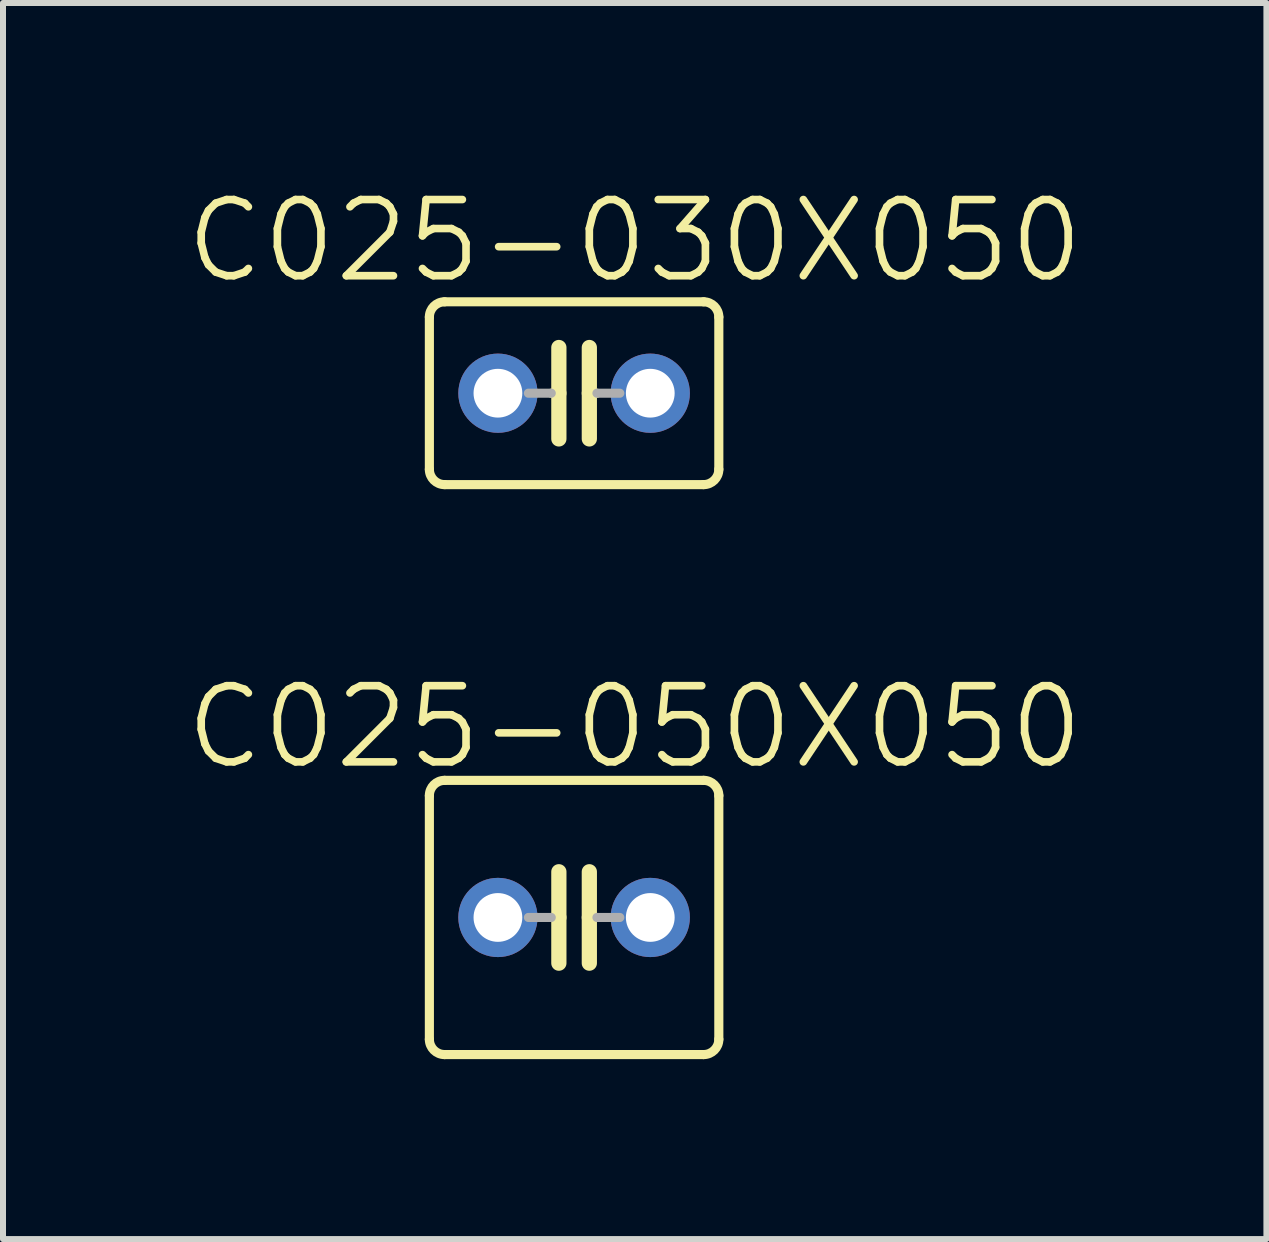
<source format=kicad_pcb>
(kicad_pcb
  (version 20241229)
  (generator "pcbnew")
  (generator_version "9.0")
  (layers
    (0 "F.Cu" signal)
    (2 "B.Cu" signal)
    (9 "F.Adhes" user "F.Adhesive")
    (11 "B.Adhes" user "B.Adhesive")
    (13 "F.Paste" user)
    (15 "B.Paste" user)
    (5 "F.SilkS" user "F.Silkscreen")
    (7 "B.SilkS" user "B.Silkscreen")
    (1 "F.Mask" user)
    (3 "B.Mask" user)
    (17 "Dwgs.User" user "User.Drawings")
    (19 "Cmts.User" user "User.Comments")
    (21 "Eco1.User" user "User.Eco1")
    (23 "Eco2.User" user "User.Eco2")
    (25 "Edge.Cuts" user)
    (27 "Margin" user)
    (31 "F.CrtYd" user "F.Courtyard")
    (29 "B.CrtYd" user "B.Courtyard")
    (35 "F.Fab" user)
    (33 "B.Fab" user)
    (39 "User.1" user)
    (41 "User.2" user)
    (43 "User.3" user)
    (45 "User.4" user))
  (footprint "C025-030X050"
    (layer "F.Cu")
    (at 6.522 3.506)
    (property "Reference" "C025-030X050" (at 1.01 -2.54 0) (layer "F.SilkS") (effects (font (size 1.27 1.27) (thickness 0.127))))
    (attr through_hole)
    (fp_line (start -2.413 -1.27) (end -2.413 1.27) (stroke (width 0.152) (type solid)) (layer "F.SilkS"))
    (fp_line (start -2.159 -1.524) (end 2.159 -1.524) (stroke (width 0.152) (type solid)) (layer "F.SilkS"))
    (fp_line (start -0.254 -0.762) (end -0.254 0) (stroke (width 0.254) (type solid)) (layer "F.SilkS"))
    (fp_line (start -0.254 0) (end -0.381 0) (stroke (width 0.152) (type solid)) (layer "F.SilkS"))
    (fp_line (start -0.254 0) (end -0.254 0.762) (stroke (width 0.254) (type solid)) (layer "F.SilkS"))
    (fp_line (start 0.254 0) (end 0.254 -0.762) (stroke (width 0.254) (type solid)) (layer "F.SilkS"))
    (fp_line (start 0.254 0) (end 0.254 0.762) (stroke (width 0.254) (type solid)) (layer "F.SilkS"))
    (fp_line (start 0.381 0) (end 0.254 0) (stroke (width 0.152) (type solid)) (layer "F.SilkS"))
    (fp_line (start 2.159 1.524) (end -2.159 1.524) (stroke (width 0.152) (type solid)) (layer "F.SilkS"))
    (fp_line (start 2.413 -1.27) (end 2.413 1.27) (stroke (width 0.152) (type solid)) (layer "F.SilkS"))
    (fp_arc (start -2.413 -1.27) (mid -2.338605 -1.449605) (end -2.159 -1.524) (stroke (width 0.1524) (type solid)) (layer "F.SilkS"))
    (fp_arc (start -2.159 1.524) (mid -2.338605 1.449605) (end -2.413 1.27) (stroke (width 0.1524) (type solid)) (layer "F.SilkS"))
    (fp_arc (start 2.159 -1.524) (mid 2.338605 -1.449605) (end 2.413 -1.27) (stroke (width 0.1524) (type solid)) (layer "F.SilkS"))
    (fp_arc (start 2.413 1.27) (mid 2.338605 1.449605) (end 2.159 1.524) (stroke (width 0.1524) (type solid)) (layer "F.SilkS"))
    (fp_line (start -0.381 0) (end -0.762 0) (stroke (width 0.152) (type solid)) (layer "F.Fab"))
    (fp_line (start 0.762 0) (end 0.381 0) (stroke (width 0.152) (type solid)) (layer "F.Fab"))
    (pad "1" thru_hole circle (at -1.27 0) (size 1.321 1.321) (drill 0.813) (layers "*.Cu" "*.Mask"))
    (pad "2" thru_hole circle (at 1.27 0) (size 1.321 1.321) (drill 0.813) (layers "*.Cu" "*.Mask")))
  (footprint "C025-050X050"
    (layer "F.Cu")
    (at 6.522 12.247)
    (property "Reference" "C025-050X050" (at 1.01 -3.175 0) (layer "F.SilkS") (effects (font (size 1.27 1.27) (thickness 0.127))))
    (attr through_hole)
    (fp_line (start -2.413 -2.032) (end -2.413 2.032) (stroke (width 0.152) (type solid)) (layer "F.SilkS"))
    (fp_line (start -2.159 -2.286) (end 2.159 -2.286) (stroke (width 0.152) (type solid)) (layer "F.SilkS"))
    (fp_line (start -0.254 -0.762) (end -0.254 0) (stroke (width 0.254) (type solid)) (layer "F.SilkS"))
    (fp_line (start -0.254 0) (end -0.381 0) (stroke (width 0.152) (type solid)) (layer "F.SilkS"))
    (fp_line (start -0.254 0) (end -0.254 0.762) (stroke (width 0.254) (type solid)) (layer "F.SilkS"))
    (fp_line (start 0.254 0) (end 0.254 -0.762) (stroke (width 0.254) (type solid)) (layer "F.SilkS"))
    (fp_line (start 0.254 0) (end 0.254 0.762) (stroke (width 0.254) (type solid)) (layer "F.SilkS"))
    (fp_line (start 0.381 0) (end 0.254 0) (stroke (width 0.152) (type solid)) (layer "F.SilkS"))
    (fp_line (start 2.159 2.286) (end -2.159 2.286) (stroke (width 0.152) (type solid)) (layer "F.SilkS"))
    (fp_line (start 2.413 -2.032) (end 2.413 2.032) (stroke (width 0.152) (type solid)) (layer "F.SilkS"))
    (fp_arc (start -2.413 -2.032) (mid -2.338605 -2.211605) (end -2.159 -2.286) (stroke (width 0.1524) (type solid)) (layer "F.SilkS"))
    (fp_arc (start -2.159 2.286) (mid -2.338605 2.211605) (end -2.413 2.032) (stroke (width 0.1524) (type solid)) (layer "F.SilkS"))
    (fp_arc (start 2.159 -2.286) (mid 2.338605 -2.211605) (end 2.413 -2.032) (stroke (width 0.1524) (type solid)) (layer "F.SilkS"))
    (fp_arc (start 2.413 2.032) (mid 2.338605 2.211605) (end 2.159 2.286) (stroke (width 0.1524) (type solid)) (layer "F.SilkS"))
    (fp_line (start -0.381 0) (end -0.762 0) (stroke (width 0.152) (type solid)) (layer "F.Fab"))
    (fp_line (start 0.762 0) (end 0.381 0) (stroke (width 0.152) (type solid)) (layer "F.Fab"))
    (pad "1" thru_hole circle (at -1.27 0) (size 1.321 1.321) (drill 0.813) (layers "*.Cu" "*.Mask"))
    (pad "2" thru_hole circle (at 1.27 0) (size 1.321 1.321) (drill 0.813) (layers "*.Cu" "*.Mask")))
  (gr_rect
    (start -3 -3)
    (end 18.065 17.609)
    (stroke (width 0.1) (type default))
    (fill no)
    (layer "Edge.Cuts")))
</source>
